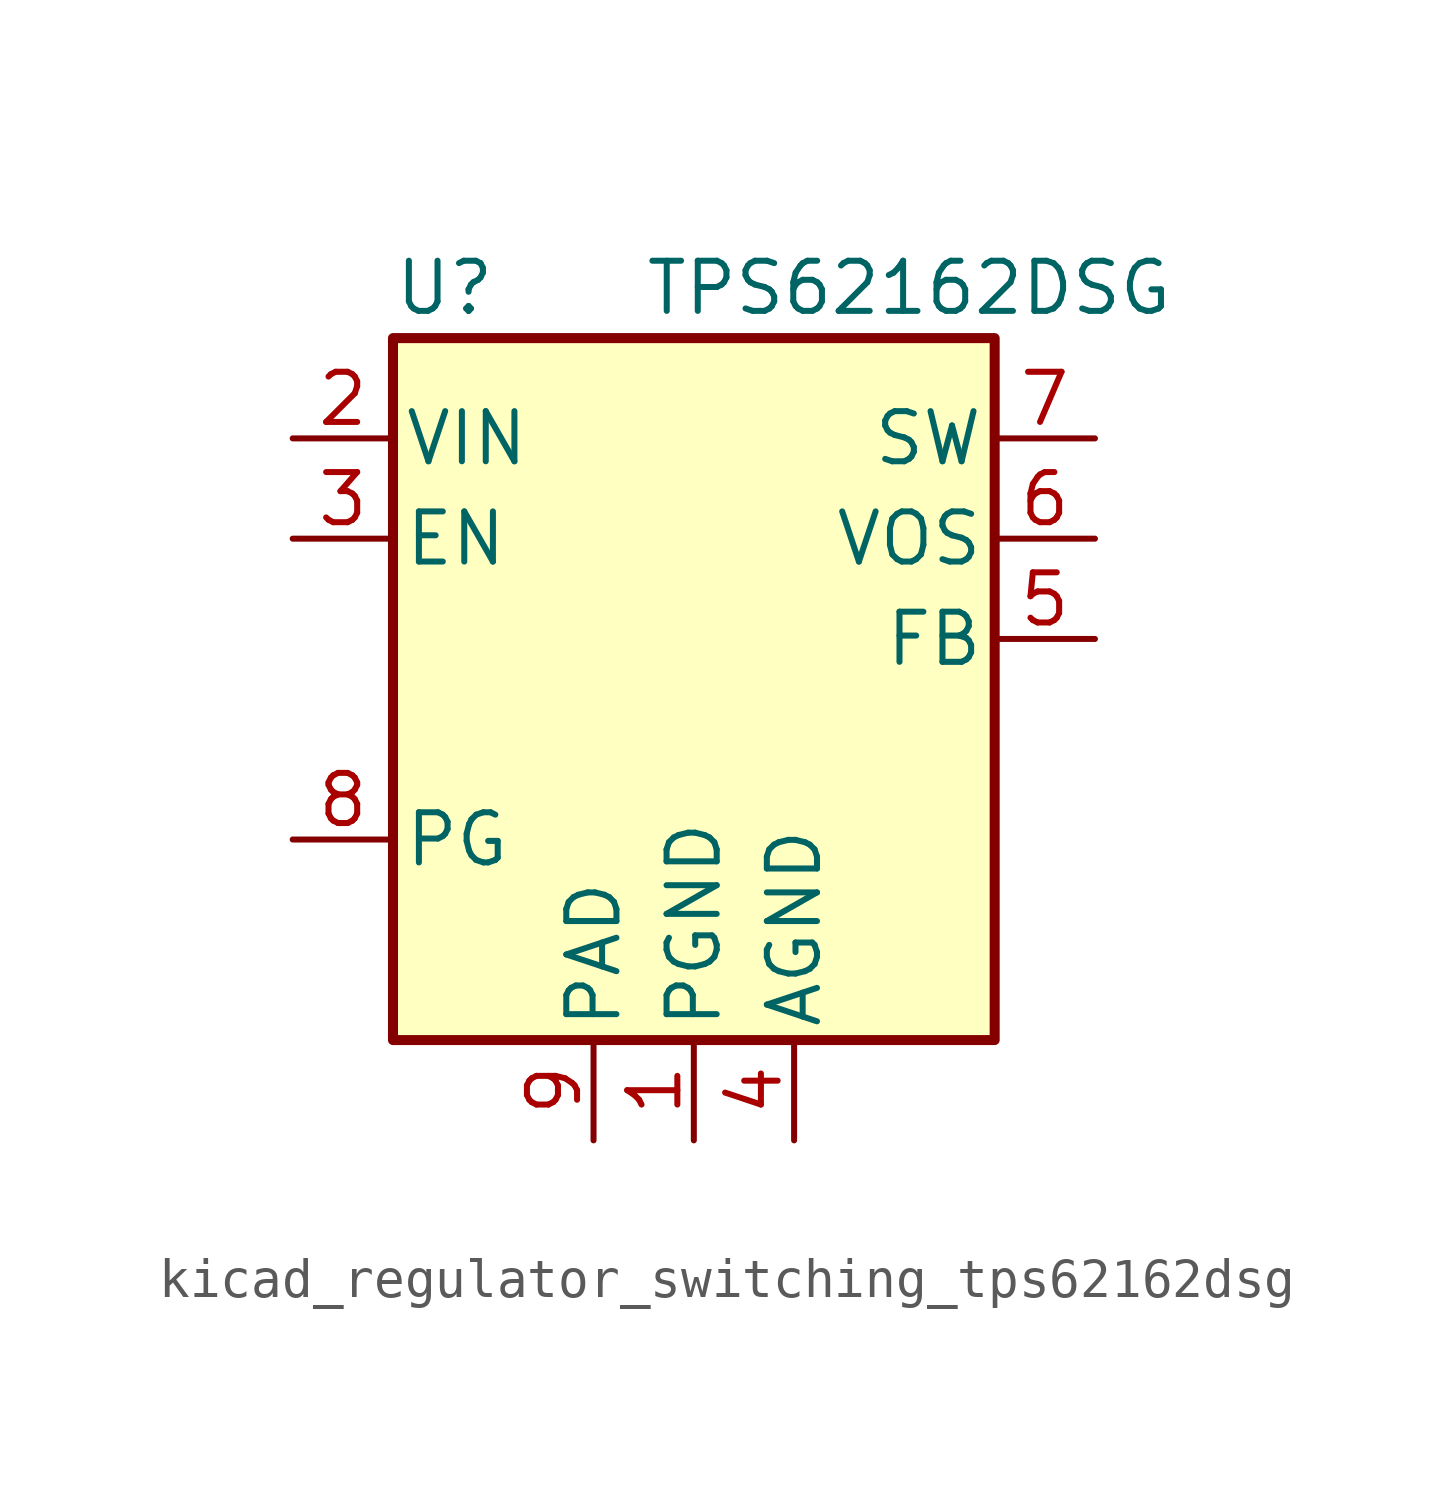
<source format=kicad_sym>
(kicad_symbol_lib
  (version 20220914)
  (generator kicad_symbol_editor)
  (symbol "kicad_regulator_switching_tps62162dsg"
    (pin_names
      (offset 0.254))
    (property "Reference" "U"
      (at -7.62 11.43 0)
      (effects (font (size 1.27 1.27)) (justify left)))
    (property "Value" "TPS62162DSG"
      (at -1.27 11.43 0)
      (effects (font (size 1.27 1.27)) (justify left)))
    (symbol "kicad_regulator_switching_tps62162dsg_0_1"
      (rectangle (start -7.62 10.16) (end 7.62 -7.62) (stroke (width 0.254) (type default)) (fill (type background))))
    (symbol "kicad_regulator_switching_tps62162dsg_1_1"
      (pin power_in line (at 0 -10.16 90) (length 2.54) (name "PGND" (effects (font (size 1.27 1.27)))) (number "1" (effects (font (size 1.27 1.27)))))
      (pin power_in line (at -10.16 7.62 0) (length 2.54) (name "VIN" (effects (font (size 1.27 1.27)))) (number "2" (effects (font (size 1.27 1.27)))))
      (pin input line (at -10.16 5.08 0) (length 2.54) (name "EN" (effects (font (size 1.27 1.27)))) (number "3" (effects (font (size 1.27 1.27)))))
      (pin power_in line (at 2.54 -10.16 90) (length 2.54) (name "AGND" (effects (font (size 1.27 1.27)))) (number "4" (effects (font (size 1.27 1.27)))))
      (pin input line (at 10.16 2.54 180) (length 2.54) (name "FB" (effects (font (size 1.27 1.27)))) (number "5" (effects (font (size 1.27 1.27)))))
      (pin input line (at 10.16 5.08 180) (length 2.54) (name "VOS" (effects (font (size 1.27 1.27)))) (number "6" (effects (font (size 1.27 1.27)))))
      (pin output line (at 10.16 7.62 180) (length 2.54) (name "SW" (effects (font (size 1.27 1.27)))) (number "7" (effects (font (size 1.27 1.27)))))
      (pin open_collector line (at -10.16 -2.54 0) (length 2.54) (name "PG" (effects (font (size 1.27 1.27)))) (number "8" (effects (font (size 1.27 1.27)))))
      (pin power_in line (at -2.54 -10.16 90) (length 2.54) (name "PAD" (effects (font (size 1.27 1.27)))) (number "9" (effects (font (size 1.27 1.27))))))))
</source>
